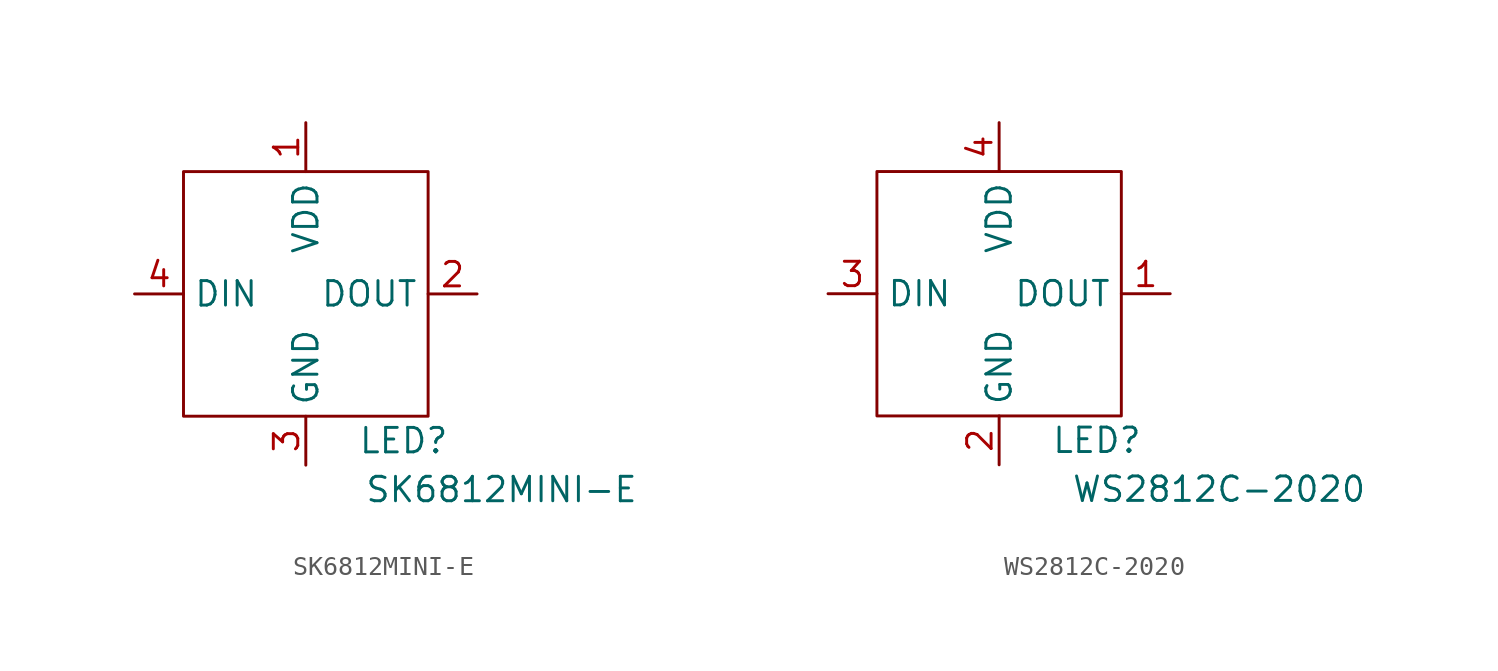
<source format=kicad_sym>
(kicad_symbol_lib
  (version 20211014)
  (generator kicad_symbol_editor)
  (symbol "SK6812MINI-E"
    (property "Reference" "LED"
      (at 5.08 -7.62 0)
      (effects (font (size 1.27 1.27))))
    (property "Value" "SK6812MINI-E"
      (at 10.16 -10.16 0)
      (effects (font (size 1.27 1.27))))
    (symbol "SK6812MINI-E_0_1"
      (rectangle (start -6.35 6.35) (end 6.35 -6.35) (stroke (width 0) (type default) (color 0 0 0 0)) (fill (type none))))
    (symbol "SK6812MINI-E_1_1"
      (pin power_in line (at 0 8.89 270) (length 2.54) (name "VDD" (effects (font (size 1.27 1.27)))) (number "1" (effects (font (size 1.27 1.27)))))
      (pin output line (at 8.89 0 180) (length 2.54) (name "DOUT" (effects (font (size 1.27 1.27)))) (number "2" (effects (font (size 1.27 1.27)))))
      (pin power_in line (at 0 -8.89 90) (length 2.54) (name "GND" (effects (font (size 1.27 1.27)))) (number "3" (effects (font (size 1.27 1.27)))))
      (pin input line (at -8.89 0 0) (length 2.54) (name "DIN" (effects (font (size 1.27 1.27)))) (number "4" (effects (font (size 1.27 1.27)))))))
  (symbol "WS2812C-2020"
    (property "Reference" "LED"
      (at 5.08 -7.62 0)
      (effects (font (size 1.27 1.27))))
    (property "Value" "WS2812C-2020"
      (at 11.43 -10.16 0)
      (effects (font (size 1.27 1.27))))
    (symbol "WS2812C-2020_0_1"
      (rectangle (start -6.35 6.35) (end 6.35 -6.35) (stroke (width 0) (type default) (color 0 0 0 0)) (fill (type none))))
    (symbol "WS2812C-2020_1_1"
      (pin output line (at 8.89 0 180) (length 2.54) (name "DOUT" (effects (font (size 1.27 1.27)))) (number "1" (effects (font (size 1.27 1.27)))))
      (pin power_in line (at 0 -8.89 90) (length 2.54) (name "GND" (effects (font (size 1.27 1.27)))) (number "2" (effects (font (size 1.27 1.27)))))
      (pin input line (at -8.89 0 0) (length 2.54) (name "DIN" (effects (font (size 1.27 1.27)))) (number "3" (effects (font (size 1.27 1.27)))))
      (pin power_in line (at 0 8.89 270) (length 2.54) (name "VDD" (effects (font (size 1.27 1.27)))) (number "4" (effects (font (size 1.27 1.27))))))))
</source>
